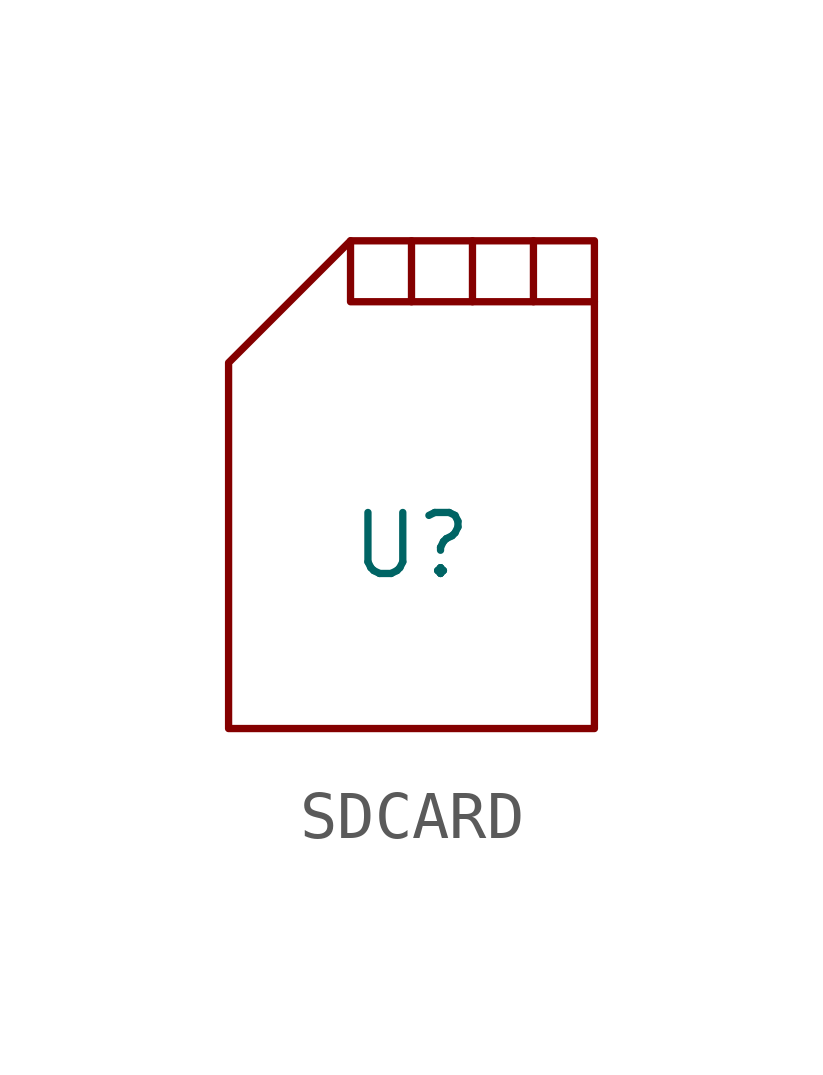
<source format=kicad_sym>
(kicad_symbol_lib
  (version 20241209)
  (generator "kicad_symbol_editor")
  (generator_version "9.0")
  (symbol "SDCARD"
    (property "Reference" "U"
      (at 0 0 0)
      (effects (font (size 1.27 1.27))))
    (property "Value" ""
      (at 0 0 0)
      (effects (font (size 1.27 1.27))))
    (symbol "SDCARD_0_1"
      (polyline (pts (xy -3.81 3.81) (xy -1.27 6.35) (xy 2.54 6.35) (xy 3.81 6.35) (xy 3.81 -3.81) (xy -3.81 -3.81) (xy -3.81 3.81)) (stroke (width 0) (type default)) (fill (type none)))
      (polyline (pts (xy 0 6.35) (xy 0 5.08) (xy 3.81 5.08)) (stroke (width 0) (type default)) (fill (type none)))
      (polyline (pts (xy 0 5.08) (xy -1.27 5.08) (xy -1.27 6.35)) (stroke (width 0) (type default)) (fill (type none)))
      (polyline (pts (xy 1.27 5.08) (xy 1.27 6.35)) (stroke (width 0) (type default)) (fill (type none)))
      (polyline (pts (xy 2.54 6.35) (xy 2.54 5.08)) (stroke (width 0) (type default)) (fill (type none))))))
</source>
